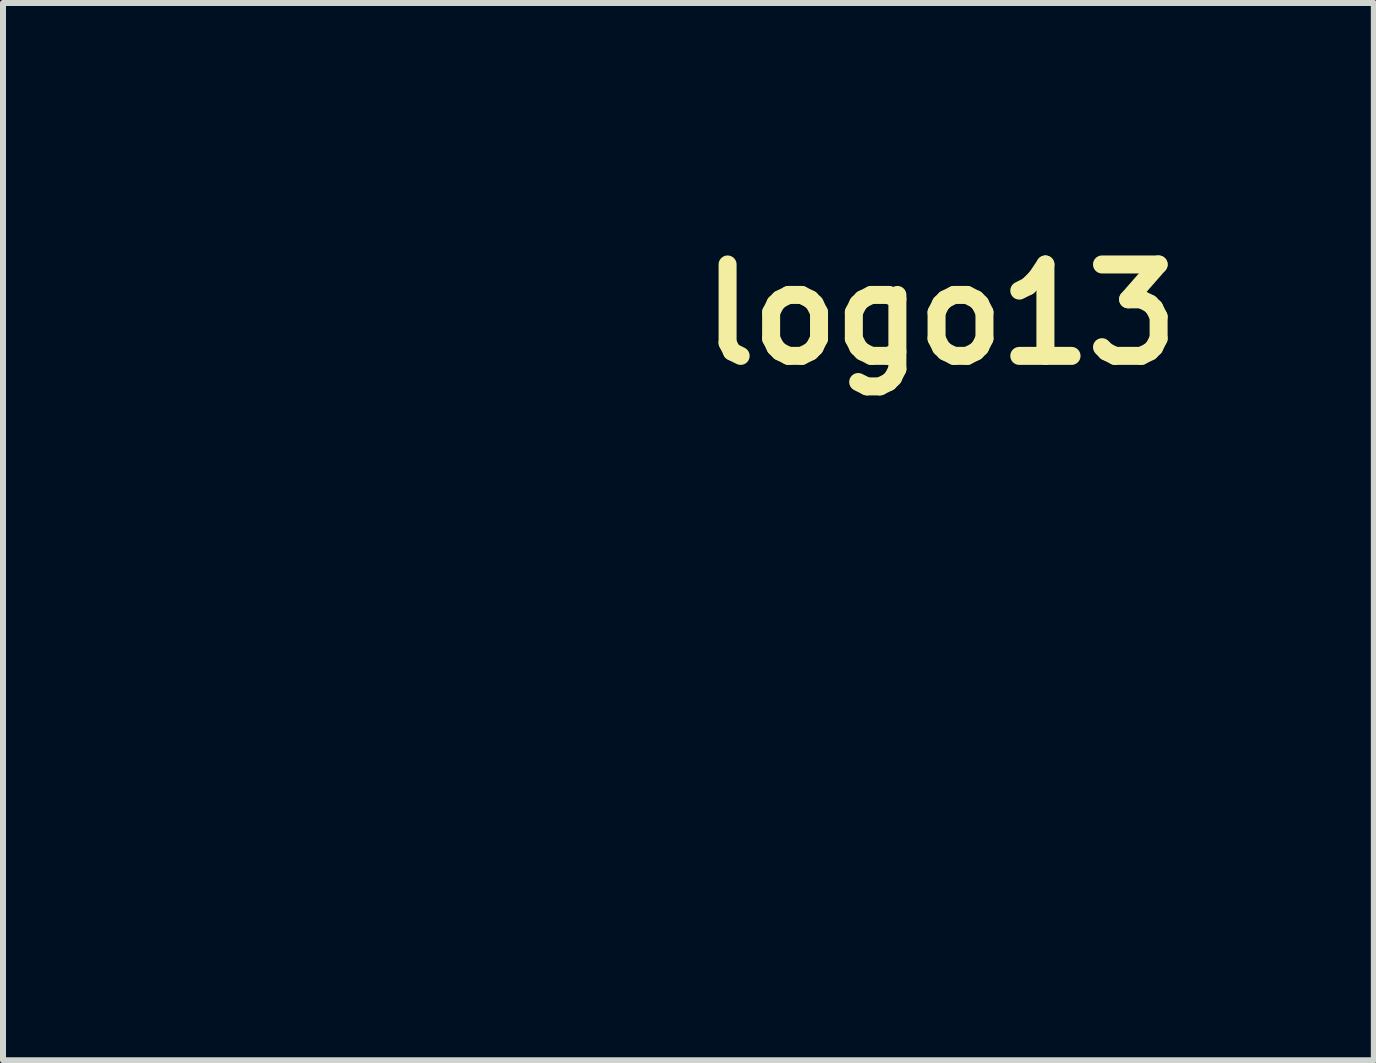
<source format=kicad_pcb>
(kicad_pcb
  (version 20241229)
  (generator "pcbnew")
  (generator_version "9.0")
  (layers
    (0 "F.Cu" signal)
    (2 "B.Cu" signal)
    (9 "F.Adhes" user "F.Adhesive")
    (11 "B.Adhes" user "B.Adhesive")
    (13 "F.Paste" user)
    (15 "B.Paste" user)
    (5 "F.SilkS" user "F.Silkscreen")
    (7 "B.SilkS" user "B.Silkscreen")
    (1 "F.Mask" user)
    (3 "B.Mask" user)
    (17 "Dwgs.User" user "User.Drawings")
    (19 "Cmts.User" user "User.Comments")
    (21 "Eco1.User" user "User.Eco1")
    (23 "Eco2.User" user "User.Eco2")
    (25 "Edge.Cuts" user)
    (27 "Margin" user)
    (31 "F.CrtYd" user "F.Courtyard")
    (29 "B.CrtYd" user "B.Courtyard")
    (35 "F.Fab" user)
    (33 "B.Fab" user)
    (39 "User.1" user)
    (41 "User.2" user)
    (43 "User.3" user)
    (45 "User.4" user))
  (footprint "logo13"
    (layer "F.Cu")
    (at 5.034 5.268)
    (property "Reference" "logo13" (at 7.6 -3.075 0) (layer "F.SilkS") (effects (font (size 1.524 1.524) (thickness 0.3))))
    (attr board_only exclude_from_pos_files exclude_from_bom)
    (fp_poly (pts (xy -3.048 -2.357) (xy -3.075 -2.279) (xy -3.141 -2.209) (xy -3.22 -2.167) (xy -3.287 -2.17) (xy -3.298 -2.178) (xy -3.32 -2.234) (xy -3.278 -2.266) (xy -3.264 -2.266) (xy -3.198 -2.293) (xy -3.128 -2.352) (xy -3.072 -2.409) (xy -3.051 -2.41)) (stroke (width 0) (type solid)) (fill yes) (layer "F.Mask"))
    (fp_poly (pts (xy -1.711 -2.396) (xy -1.631 -2.357) (xy -1.539 -2.299) (xy -1.457 -2.239) (xy -1.41 -2.192) (xy -1.407 -2.181) (xy -1.437 -2.152) (xy -1.516 -2.164) (xy -1.598 -2.199) (xy -1.683 -2.259) (xy -1.743 -2.33) (xy -1.76 -2.389) (xy -1.753 -2.403)) (stroke (width 0) (type solid)) (fill yes) (layer "F.Mask"))
    (fp_poly (pts (xy -1.404 -1.896) (xy -1.425 -1.848) (xy -1.493 -1.786) (xy -1.541 -1.755) (xy -1.633 -1.683) (xy -1.649 -1.622) (xy -1.587 -1.567) (xy -1.488 -1.529) (xy -1.381 -1.488) (xy -1.304 -1.44) (xy -1.267 -1.398) (xy -1.283 -1.372) (xy -1.314 -1.368) (xy -1.387 -1.385) (xy -1.503 -1.426) (xy -1.612 -1.472) (xy -1.729 -1.533) (xy -1.81 -1.591) (xy -1.837 -1.628) (xy -1.806 -1.673) (xy -1.731 -1.739) (xy -1.632 -1.812) (xy -1.533 -1.875) (xy -1.457 -1.911) (xy -1.438 -1.915)) (stroke (width 0) (type solid)) (fill yes) (layer "F.Mask"))
    (fp_poly (pts (xy -0.937 -1.451) (xy -0.845 -1.365) (xy -0.789 -1.255) (xy -0.782 -1.201) (xy -0.815 -1.093) (xy -0.899 -1.018) (xy -1.013 -0.982) (xy -1.135 -0.992) (xy -1.242 -1.055) (xy -1.249 -1.062) (xy -1.316 -1.151) (xy -1.33 -1.206) (xy -1.295 -1.217) (xy -1.215 -1.175) (xy -1.087 -1.106) (xy -0.985 -1.096) (xy -0.922 -1.139) (xy -0.908 -1.233) (xy -0.916 -1.273) (xy -0.969 -1.358) (xy -1.055 -1.393) (xy -1.135 -1.424) (xy -1.142 -1.46) (xy -1.079 -1.483) (xy -1.04 -1.485)) (stroke (width 0) (type solid)) (fill yes) (layer "F.Mask"))
    (fp_poly (pts (xy -1.937 -1.072) (xy -1.809 -1.002) (xy -1.704 -0.871) (xy -1.633 -0.697) (xy -1.603 -0.494) (xy -1.602 -0.468) (xy -1.611 -0.379) (xy -1.647 -0.3) (xy -1.724 -0.211) (xy -1.791 -0.147) (xy -1.927 -0.037) (xy -2.055 0.038) (xy -2.113 0.057) (xy -2.222 0.079) (xy -2.303 0.095) (xy -2.306 0.096) (xy -2.375 0.096) (xy -2.491 0.085) (xy -2.579 0.072) (xy -2.842 0.005) (xy -3.053 -0.098) (xy -2.832 -0.098) (xy -2.696 -0.074) (xy -2.533 -0.053) (xy -2.373 -0.046) (xy -2.239 -0.052) (xy -2.157 -0.073) (xy -2.154 -0.074) (xy -2.137 -0.115) (xy -2.181 -0.163) (xy -2.27 -0.21) (xy -2.388 -0.246) (xy -2.451 -0.256) (xy -2.582 -0.256) (xy -2.688 -0.209) (xy -2.719 -0.186) (xy -2.832 -0.098) (xy -3.053 -0.098) (xy -3.06 -0.101) (xy -3.224 -0.238) (xy -3.324 -0.401) (xy -3.349 -0.499) (xy -3.348 -0.583) (xy -3.19 -0.583) (xy -3.137 -0.424) (xy -3.016 -0.264) (xy -2.932 -0.183) (xy -2.879 -0.163) (xy -2.845 -0.202) (xy -2.833 -0.233) (xy -2.786 -0.312) (xy -2.708 -0.39) (xy -2.582 -0.451) (xy -2.432 -0.468) (xy -2.282 -0.445) (xy -2.152 -0.387) (xy -2.066 -0.298) (xy -2.048 -0.253) (xy -2.024 -0.181) (xy -2.005 -0.156) (xy -1.958 -0.187) (xy -1.887 -0.267) (xy -1.823 -0.357) (xy -1.782 -0.469) (xy -1.785 -0.594) (xy -1.823 -0.718) (xy -1.887 -0.829) (xy -1.967 -0.912) (xy -2.055 -0.953) (xy -2.141 -0.94) (xy -2.188 -0.901) (xy -2.257 -0.852) (xy -2.351 -0.818) (xy -2.437 -0.806) (xy -2.476 -0.819) (xy -2.542 -0.849) (xy -2.628 -0.86) (xy -2.744 -0.878) (xy -2.858 -0.921) (xy -2.941 -0.958) (xy -2.997 -0.95) (xy -3.062 -0.889) (xy -3.067 -0.884) (xy -3.166 -0.735) (xy -3.19 -0.583) (xy -3.348 -0.583) (xy -3.347 -0.707) (xy -3.282 -0.873) (xy -3.155 -0.993) (xy -3.135 -1.004) (xy -3.047 -1.049) (xy -2.98 -1.064) (xy -2.902 -1.05) (xy -2.794 -1.012) (xy -2.638 -0.962) (xy -2.518 -0.944) (xy -2.399 -0.961) (xy -2.247 -1.012) (xy -2.236 -1.016) (xy -2.098 -1.058) (xy -1.981 -1.075)) (stroke (width 0) (type solid)) (fill yes) (layer "F.Mask"))
    (fp_poly (pts (xy 0.275 1.194) (xy 0.286 1.288) (xy 0.297 1.425) (xy 0.304 1.6) (xy 0.308 1.783) (xy 0.301 2.094) (xy 0.277 2.392) (xy 0.237 2.665) (xy 0.184 2.901) (xy 0.12 3.089) (xy 0.049 3.218) (xy 0.001 3.263) (xy -0.038 3.327) (xy -0.036 3.43) (xy 0.000332 3.546) (xy 0.064 3.651) (xy 0.114 3.7) (xy 0.262 3.764) (xy 0.434 3.77) (xy 0.605 3.721) (xy 0.755 3.622) (xy 0.807 3.564) (xy 0.909 3.41) (xy 1.013 3.218) (xy 1.112 3.008) (xy 1.196 2.799) (xy 1.257 2.61) (xy 1.288 2.462) (xy 1.29 2.428) (xy 1.302 2.335) (xy 1.325 2.284) (xy 1.348 2.23) (xy 1.366 2.158) (xy 1.524 2.158) (xy 1.632 2.131) (xy 1.734 2.091) (xy 1.798 2.047) (xy 1.827 2.004) (xy 1.814 1.96) (xy 1.75 1.893) (xy 1.725 1.871) (xy 1.645 1.803) (xy 1.593 1.767) (xy 1.584 1.765) (xy 1.574 1.808) (xy 1.558 1.903) (xy 1.549 1.968) (xy 1.524 2.158) (xy 1.366 2.158) (xy 1.375 2.12) (xy 1.402 1.975) (xy 1.409 1.934) (xy 1.439 1.754) (xy 1.474 1.575) (xy 1.505 1.433) (xy 1.506 1.426) (xy 1.556 1.231) (xy 1.56 1.432) (xy 1.566 1.553) (xy 1.588 1.622) (xy 1.64 1.667) (xy 1.691 1.693) (xy 1.841 1.786) (xy 1.942 1.893) (xy 1.983 2.001) (xy 1.979 2.043) (xy 1.943 2.108) (xy 1.862 2.171) (xy 1.725 2.238) (xy 1.557 2.303) (xy 1.49 2.341) (xy 1.441 2.414) (xy 1.396 2.54) (xy 1.388 2.567) (xy 1.344 2.695) (xy 1.274 2.869) (xy 1.189 3.063) (xy 1.113 3.224) (xy 1.017 3.416) (xy 0.941 3.551) (xy 0.873 3.644) (xy 0.805 3.712) (xy 0.737 3.761) (xy 0.532 3.85) (xy 0.317 3.862) (xy 0.126 3.81) (xy 0.009 3.72) (xy -0.07 3.584) (xy -0.104 3.424) (xy -0.091 3.265) (xy -0.024 3.131) (xy -0.017 3.124) (xy 0.025 3.041) (xy 0.069 2.892) (xy 0.111 2.691) (xy 0.151 2.451) (xy 0.185 2.185) (xy 0.213 1.905) (xy 0.231 1.625) (xy 0.239 1.393) (xy 0.244 1.243) (xy 0.252 1.165) (xy 0.263 1.151)) (stroke (width 0) (type solid)) (fill yes) (layer "F.Mask"))
    (fp_poly (pts (xy -0.947 -5.247) (xy -0.882 -5.159) (xy -0.813 -5.001) (xy -0.737 -4.769) (xy -0.727 -4.732) (xy -0.643 -4.438) (xy -0.391 -4.348) (xy -0.23 -4.287) (xy -0.07 -4.221) (xy 0.029 -4.177) (xy 0.198 -4.095) (xy 0.344 -4.191) (xy 0.512 -4.295) (xy 0.663 -4.375) (xy 0.783 -4.423) (xy 0.857 -4.435) (xy 0.866 -4.431) (xy 0.883 -4.411) (xy 0.892 -4.369) (xy 0.892 -4.292) (xy 0.882 -4.171) (xy 0.863 -3.994) (xy 0.839 -3.79) (xy 0.832 -3.697) (xy 0.842 -3.626) (xy 0.882 -3.555) (xy 0.96 -3.462) (xy 1.017 -3.4) (xy 1.147 -3.248) (xy 1.284 -3.072) (xy 1.38 -2.938) (xy 1.544 -2.691) (xy 1.858 -2.717) (xy 2.048 -2.728) (xy 2.17 -2.716) (xy 2.233 -2.675) (xy 2.247 -2.597) (xy 2.221 -2.472) (xy 2.204 -2.416) (xy 2.152 -2.278) (xy 2.094 -2.154) (xy 2.065 -2.104) (xy 2.011 -2.004) (xy 1.998 -1.903) (xy 2.027 -1.777) (xy 2.086 -1.633) (xy 2.141 -1.5) (xy 2.185 -1.382) (xy 2.201 -1.329) (xy 2.245 -1.207) (xy 2.32 -1.126) (xy 2.443 -1.072) (xy 2.582 -1.04) (xy 2.833 -0.994) (xy 2.828 -0.847) (xy 2.806 -0.727) (xy 2.756 -0.583) (xy 2.718 -0.505) (xy 2.659 -0.388) (xy 2.635 -0.305) (xy 2.642 -0.227) (xy 2.66 -0.165) (xy 2.71 -0.032) (xy 2.774 0.11) (xy 2.787 0.137) (xy 2.844 0.276) (xy 2.885 0.422) (xy 2.889 0.449) (xy 2.911 0.606) (xy 3.251 0.617) (xy 3.417 0.624) (xy 3.521 0.636) (xy 3.58 0.656) (xy 3.608 0.688) (xy 3.615 0.705) (xy 3.618 0.828) (xy 3.567 0.98) (xy 3.469 1.142) (xy 3.39 1.236) (xy 3.235 1.405) (xy 3.295 1.572) (xy 3.345 1.707) (xy 3.406 1.868) (xy 3.439 1.954) (xy 3.5 2.113) (xy 3.56 2.279) (xy 3.586 2.353) (xy 3.648 2.538) (xy 3.998 2.529) (xy 4.2 2.529) (xy 4.329 2.544) (xy 4.39 2.584) (xy 4.387 2.657) (xy 4.326 2.772) (xy 4.222 2.921) (xy 4.117 3.073) (xy 4.058 3.18) (xy 4.04 3.253) (xy 4.044 3.282) (xy 4.098 3.412) (xy 4.179 3.563) (xy 4.278 3.72) (xy 4.382 3.867) (xy 4.482 3.991) (xy 4.567 4.074) (xy 4.624 4.103) (xy 4.671 4.084) (xy 4.768 4.033) (xy 4.896 3.959) (xy 4.953 3.925) (xy 5.122 3.827) (xy 5.239 3.774) (xy 5.309 3.774) (xy 5.341 3.832) (xy 5.339 3.953) (xy 5.312 4.142) (xy 5.298 4.22) (xy 5.276 4.363) (xy 5.265 4.475) (xy 5.268 4.534) (xy 5.27 4.537) (xy 5.348 4.584) (xy 5.482 4.637) (xy 5.65 4.69) (xy 5.83 4.736) (xy 6.001 4.769) (xy 6.124 4.783) (xy 6.296 4.795) (xy 6.405 4.814) (xy 6.463 4.845) (xy 6.485 4.894) (xy 6.487 4.926) (xy 6.463 4.99) (xy 6.403 5.083) (xy 6.324 5.182) (xy 6.245 5.266) (xy 6.184 5.311) (xy 6.172 5.314) (xy 6.123 5.335) (xy 6.034 5.387) (xy 5.962 5.434) (xy 5.727 5.574) (xy 5.445 5.714) (xy 5.142 5.843) (xy 4.846 5.948) (xy 4.584 6.019) (xy 4.576 6.021) (xy 4.273 6.079) (xy 3.997 6.121) (xy 3.732 6.147) (xy 3.46 6.158) (xy 3.167 6.153) (xy 2.837 6.135) (xy 2.453 6.102) (xy 2.247 6.082) (xy 1.883 6.046) (xy 1.589 6.018) (xy 1.359 5.998) (xy 1.184 5.987) (xy 1.058 5.983) (xy 0.973 5.986) (xy 0.922 5.997) (xy 0.898 6.014) (xy 0.893 6.028) (xy 0.88 6.105) (xy 0.878 6.116) (xy 0.865 6.192) (xy 0.864 6.197) (xy 0.819 6.258) (xy 0.698 6.304) (xy 0.504 6.336) (xy 0.237 6.353) (xy 0.215 6.354) (xy 0.024 6.356) (xy -0.152 6.35) (xy -0.289 6.339) (xy -0.352 6.328) (xy -0.457 6.309) (xy -0.61 6.293) (xy -0.781 6.282) (xy -0.81 6.281) (xy -0.987 6.272) (xy -1.103 6.253) (xy -1.176 6.222) (xy -1.2 6.202) (xy -1.234 6.162) (xy -1.236 6.123) (xy -1.218 6.099) (xy -1.034 6.099) (xy -0.985 6.124) (xy -0.9 6.134) (xy -0.811 6.129) (xy -0.752 6.109) (xy -0.742 6.093) (xy -0.759 6.033) (xy -0.796 5.947) (xy -0.835 5.877) (xy -0.841 5.869) (xy -0.874 5.88) (xy -0.93 5.932) (xy -0.988 6.003) (xy -1.028 6.067) (xy -1.034 6.099) (xy -1.218 6.099) (xy -1.198 6.07) (xy -1.112 5.984) (xy -1.084 5.958) (xy -0.989 5.863) (xy -0.922 5.785) (xy -0.899 5.744) (xy -0.935 5.724) (xy -1.029 5.71) (xy -1.153 5.705) (xy -1.288 5.704) (xy -1.391 5.7) (xy -1.436 5.695) (xy -1.462 5.721) (xy -1.476 5.783) (xy -1.495 5.918) (xy -1.525 6.001) (xy -1.584 6.051) (xy -1.692 6.087) (xy -1.787 6.11) (xy -1.99 6.155) (xy -2.138 6.183) (xy -2.25 6.194) (xy -2.346 6.189) (xy -2.448 6.17) (xy -2.52 6.151) (xy -2.696 6.11) (xy -2.894 6.071) (xy -3.009 6.051) (xy -3.234 6.014) (xy -3.391 5.98) (xy -3.49 5.944) (xy -3.542 5.904) (xy -3.556 5.859) (xy -3.529 5.788) (xy -3.514 5.769) (xy -3.389 5.769) (xy -3.388 5.83) (xy -3.319 5.86) (xy -3.282 5.862) (xy -3.195 5.848) (xy -3.166 5.8) (xy -3.166 5.793) (xy -3.187 5.699) (xy -3.203 5.668) (xy -3.237 5.634) (xy -3.285 5.654) (xy -3.319 5.684) (xy -3.389 5.769) (xy -3.514 5.769) (xy -3.459 5.696) (xy -3.409 5.646) (xy -3.262 5.511) (xy -3.27 4.817) (xy -3.274 4.628) (xy -3.158 4.628) (xy -3.156 4.772) (xy -3.148 4.946) (xy -3.133 5.134) (xy -3.113 5.321) (xy -3.088 5.49) (xy -3.071 5.583) (xy -3.033 5.723) (xy -2.989 5.838) (xy -2.953 5.895) (xy -2.88 5.937) (xy -2.754 5.979) (xy -2.598 6.018) (xy -2.438 6.044) (xy -2.356 6.052) (xy -2.276 6.049) (xy -2.145 6.036) (xy -1.992 6.016) (xy -1.981 6.014) (xy -1.835 5.99) (xy -1.719 5.966) (xy -1.654 5.947) (xy -1.651 5.945) (xy -1.617 5.893) (xy -1.587 5.797) (xy -1.583 5.778) (xy -1.556 5.636) (xy -1.823 5.549) (xy -2.184 5.394) (xy -2.512 5.181) (xy -2.793 4.918) (xy -2.976 4.679) (xy -3.048 4.578) (xy -3.108 4.511) (xy -3.135 4.494) (xy -3.151 4.53) (xy -3.158 4.628) (xy -3.274 4.628) (xy -3.276 4.516) (xy -3.287 4.284) (xy -3.303 4.113) (xy -3.325 3.994) (xy -3.336 3.96) (xy -3.417 3.672) (xy -3.477 3.327) (xy -3.515 2.947) (xy -3.529 2.551) (xy -3.517 2.158) (xy -3.504 1.997) (xy -3.49 1.838) (xy -3.487 1.742) (xy -3.496 1.697) (xy -3.519 1.689) (xy -3.531 1.692) (xy -3.598 1.688) (xy -3.702 1.652) (xy -3.775 1.618) (xy -3.959 1.52) (xy -4.146 1.6) (xy -4.292 1.649) (xy -4.444 1.677) (xy -4.497 1.68) (xy -4.661 1.68) (xy -4.638 1.487) (xy -4.636 1.477) (xy -4.481 1.477) (xy -4.468 1.516) (xy -4.422 1.517) (xy -4.334 1.491) (xy -4.293 1.479) (xy -4.199 1.444) (xy -4.146 1.414) (xy -4.142 1.407) (xy -4.169 1.367) (xy -4.236 1.296) (xy -4.278 1.257) (xy -4.414 1.133) (xy -4.434 1.231) (xy -4.467 1.386) (xy -4.481 1.477) (xy -4.636 1.477) (xy -4.612 1.346) (xy -4.573 1.218) (xy -4.557 1.18) (xy -4.524 1.108) (xy -4.528 1.055) (xy -4.575 0.993) (xy -4.629 0.94) (xy -4.796 0.729) (xy -4.919 0.472) (xy -4.998 0.183) (xy -5.028 -0.075) (xy -4.88 -0.075) (xy -4.88 0.075) (xy -4.869 0.19) (xy -4.846 0.29) (xy -4.809 0.398) (xy -4.807 0.402) (xy -4.692 0.635) (xy -4.526 0.874) (xy -4.33 1.096) (xy -4.124 1.276) (xy -4.028 1.34) (xy -3.905 1.411) (xy -3.808 1.463) (xy -3.756 1.485) (xy -3.755 1.485) (xy -3.702 1.501) (xy -3.614 1.54) (xy -3.598 1.548) (xy -3.507 1.581) (xy -3.446 1.581) (xy -3.44 1.577) (xy -3.417 1.525) (xy -3.384 1.418) (xy -3.347 1.277) (xy -3.341 1.25) (xy -3.3 1.094) (xy -3.258 0.957) (xy -3.223 0.865) (xy -3.22 0.86) (xy -3.183 0.795) (xy -3.169 0.797) (xy -3.167 0.847) (xy -3.18 0.95) (xy -3.204 1.034) (xy -3.252 1.204) (xy -3.293 1.434) (xy -3.327 1.709) (xy -3.353 2.011) (xy -3.37 2.324) (xy -3.377 2.63) (xy -3.372 2.912) (xy -3.356 3.155) (xy -3.33 3.325) (xy -3.301 3.461) (xy -3.261 3.642) (xy -3.218 3.836) (xy -3.203 3.908) (xy -3.148 4.112) (xy -3.083 4.294) (xy -3.012 4.441) (xy -2.943 4.538) (xy -2.884 4.572) (xy -2.847 4.604) (xy -2.802 4.684) (xy -2.794 4.703) (xy -2.717 4.826) (xy -2.589 4.966) (xy -2.429 5.109) (xy -2.256 5.236) (xy -2.097 5.326) (xy -1.701 5.475) (xy -1.305 5.547) (xy -1.08 5.553) (xy -0.983 5.545) (xy -0.945 5.521) (xy -0.948 5.466) (xy -0.949 5.461) (xy -1.002 5.229) (xy -1.051 4.998) (xy -1.095 4.782) (xy -1.13 4.596) (xy -1.154 4.452) (xy -1.165 4.364) (xy -1.165 4.347) (xy -1.151 4.361) (xy -1.123 4.439) (xy -1.083 4.57) (xy -1.035 4.742) (xy -1.012 4.83) (xy -0.916 5.189) (xy -0.827 5.501) (xy -0.748 5.759) (xy -0.68 5.957) (xy -0.626 6.09) (xy -0.594 6.143) (xy -0.507 6.193) (xy -0.351 6.223) (xy -0.318 6.226) (xy -0.149 6.233) (xy 0.043 6.233) (xy 0.24 6.225) (xy 0.421 6.213) (xy 0.567 6.196) (xy 0.659 6.176) (xy 0.67 6.171) (xy 0.697 6.156) (xy 0.719 6.138) (xy 0.737 6.105) (xy 0.756 6.046) (xy 0.779 5.951) (xy 0.808 5.808) (xy 0.847 5.607) (xy 0.88 5.432) (xy 0.937 5.14) (xy 0.987 4.9) (xy 1.029 4.716) (xy 1.061 4.594) (xy 1.082 4.538) (xy 1.091 4.554) (xy 1.091 4.555) (xy 1.086 4.632) (xy 1.071 4.767) (xy 1.048 4.94) (xy 1.02 5.131) (xy 0.99 5.322) (xy 0.96 5.492) (xy 0.934 5.622) (xy 0.934 5.624) (xy 0.91 5.759) (xy 0.918 5.841) (xy 0.972 5.883) (xy 1.083 5.896) (xy 1.201 5.894) (xy 1.373 5.897) (xy 1.58 5.91) (xy 1.78 5.931) (xy 1.798 5.933) (xy 2.015 5.957) (xy 2.286 5.977) (xy 2.592 5.992) (xy 2.915 6.003) (xy 3.237 6.008) (xy 3.541 6.008) (xy 3.807 6.001) (xy 4.02 5.989) (xy 4.069 5.984) (xy 4.29 5.949) (xy 4.535 5.897) (xy 4.757 5.838) (xy 4.798 5.825) (xy 5.028 5.742) (xy 5.271 5.64) (xy 5.509 5.528) (xy 5.724 5.415) (xy 5.896 5.311) (xy 5.986 5.243) (xy 6.103 5.152) (xy 6.224 5.07) (xy 6.243 5.059) (xy 6.325 5.005) (xy 6.368 4.965) (xy 6.37 4.96) (xy 6.333 4.947) (xy 6.236 4.933) (xy 6.094 4.921) (xy 5.998 4.915) (xy 5.78 4.897) (xy 5.63 4.87) (xy 5.558 4.839) (xy 5.472 4.782) (xy 5.376 4.733) (xy 5.283 4.706) (xy 5.199 4.721) (xy 5.138 4.751) (xy 4.98 4.798) (xy 4.823 4.78) (xy 4.685 4.709) (xy 4.583 4.593) (xy 4.535 4.444) (xy 4.533 4.408) (xy 4.524 4.315) (xy 4.651 4.315) (xy 4.678 4.481) (xy 4.759 4.59) (xy 4.893 4.643) (xy 4.95 4.648) (xy 5.001 4.638) (xy 5.036 4.595) (xy 5.064 4.501) (xy 5.08 4.425) (xy 5.109 4.285) (xy 5.135 4.163) (xy 5.147 4.108) (xy 5.152 4.043) (xy 5.133 4.03) (xy 4.936 4.112) (xy 4.801 4.174) (xy 4.716 4.22) (xy 4.67 4.258) (xy 4.652 4.294) (xy 4.651 4.315) (xy 4.524 4.315) (xy 4.523 4.311) (xy 4.486 4.222) (xy 4.411 4.115) (xy 4.35 4.042) (xy 4.228 3.889) (xy 4.104 3.712) (xy 4.027 3.591) (xy 3.942 3.456) (xy 3.865 3.369) (xy 3.771 3.307) (xy 3.676 3.264) (xy 3.511 3.181) (xy 3.412 3.095) (xy 3.367 2.993) (xy 3.361 2.925) (xy 3.373 2.827) (xy 3.478 2.827) (xy 3.506 2.972) (xy 3.58 3.083) (xy 3.683 3.138) (xy 3.76 3.153) (xy 3.79 3.159) (xy 3.836 3.145) (xy 3.852 3.135) (xy 3.902 3.084) (xy 3.969 2.995) (xy 4.038 2.891) (xy 4.096 2.793) (xy 4.127 2.724) (xy 4.129 2.706) (xy 4.084 2.694) (xy 3.981 2.688) (xy 3.84 2.688) (xy 3.794 2.69) (xy 3.478 2.702) (xy 3.478 2.827) (xy 3.373 2.827) (xy 3.374 2.819) (xy 3.408 2.715) (xy 3.451 2.64) (xy 3.484 2.618) (xy 3.512 2.597) (xy 3.508 2.528) (xy 3.469 2.404) (xy 3.404 2.241) (xy 3.331 2.058) (xy 3.255 1.856) (xy 3.204 1.712) (xy 3.154 1.571) (xy 3.108 1.485) (xy 3.053 1.432) (xy 2.972 1.393) (xy 2.967 1.391) (xy 2.819 1.307) (xy 2.733 1.194) (xy 2.702 1.037) (xy 2.708 0.914) (xy 2.709 0.907) (xy 2.821 0.907) (xy 2.834 1.076) (xy 2.901 1.197) (xy 2.982 1.25) (xy 3.071 1.281) (xy 3.125 1.276) (xy 3.181 1.229) (xy 3.183 1.228) (xy 3.283 1.115) (xy 3.369 0.997) (xy 3.425 0.896) (xy 3.439 0.846) (xy 3.436 0.818) (xy 3.419 0.799) (xy 3.374 0.786) (xy 3.289 0.778) (xy 3.151 0.772) (xy 2.97 0.766) (xy 2.879 0.769) (xy 2.838 0.801) (xy 2.823 0.885) (xy 2.821 0.907) (xy 2.709 0.907) (xy 2.729 0.784) (xy 2.757 0.68) (xy 2.777 0.642) (xy 2.794 0.598) (xy 2.787 0.526) (xy 2.752 0.411) (xy 2.697 0.264) (xy 2.616 0.063) (xy 2.553 -0.075) (xy 2.499 -0.163) (xy 2.446 -0.211) (xy 2.384 -0.231) (xy 2.322 -0.234) (xy 2.176 -0.267) (xy 2.085 -0.334) (xy 2.023 -0.407) (xy 2.001 -0.48) (xy 2.008 -0.588) (xy 2.012 -0.614) (xy 2.012 -0.615) (xy 2.149 -0.615) (xy 2.155 -0.488) (xy 2.181 -0.421) (xy 2.244 -0.395) (xy 2.33 -0.391) (xy 2.415 -0.401) (xy 2.478 -0.443) (xy 2.543 -0.536) (xy 2.558 -0.56) (xy 2.633 -0.699) (xy 2.657 -0.791) (xy 2.623 -0.85) (xy 2.525 -0.89) (xy 2.377 -0.92) (xy 2.266 -0.922) (xy 2.195 -0.874) (xy 2.159 -0.768) (xy 2.149 -0.615) (xy 2.012 -0.615) (xy 2.045 -0.764) (xy 2.091 -0.876) (xy 2.142 -0.934) (xy 2.159 -0.938) (xy 2.179 -0.945) (xy 2.184 -0.975) (xy 2.169 -1.039) (xy 2.133 -1.147) (xy 2.071 -1.311) (xy 2.029 -1.42) (xy 1.959 -1.598) (xy 1.908 -1.716) (xy 1.867 -1.788) (xy 1.825 -1.827) (xy 1.774 -1.846) (xy 1.722 -1.856) (xy 1.562 -1.912) (xy 1.418 -2.013) (xy 1.311 -2.139) (xy 1.267 -2.248) (xy 1.265 -2.357) (xy 1.368 -2.357) (xy 1.395 -2.271) (xy 1.462 -2.171) (xy 1.551 -2.078) (xy 1.64 -2.015) (xy 1.705 -2) (xy 1.768 -2.036) (xy 1.849 -2.114) (xy 1.88 -2.149) (xy 1.966 -2.274) (xy 2.039 -2.408) (xy 2.05 -2.433) (xy 2.111 -2.579) (xy 1.763 -2.579) (xy 1.584 -2.576) (xy 1.469 -2.563) (xy 1.404 -2.531) (xy 1.375 -2.473) (xy 1.368 -2.381) (xy 1.368 -2.357) (xy 1.265 -2.357) (xy 1.264 -2.376) (xy 1.315 -2.505) (xy 1.326 -2.524) (xy 1.381 -2.646) (xy 1.379 -2.745) (xy 1.316 -2.851) (xy 1.28 -2.892) (xy 1.206 -2.978) (xy 1.109 -3.094) (xy 1.043 -3.175) (xy 0.955 -3.279) (xy 0.887 -3.334) (xy 0.811 -3.356) (xy 0.699 -3.361) (xy 0.699 -3.361) (xy 0.556 -3.373) (xy 0.426 -3.405) (xy 0.386 -3.422) (xy 0.274 -3.519) (xy 0.193 -3.667) (xy 0.157 -3.839) (xy 0.156 -3.866) (xy 0.148 -3.934) (xy 0.114 -3.989) (xy 0.112 -3.991) (xy 0.223 -3.991) (xy 0.236 -3.886) (xy 0.258 -3.817) (xy 0.341 -3.648) (xy 0.451 -3.546) (xy 0.568 -3.517) (xy 0.609 -3.525) (xy 0.637 -3.557) (xy 0.66 -3.63) (xy 0.682 -3.757) (xy 0.695 -3.856) (xy 0.715 -4.009) (xy 0.727 -4.13) (xy 0.73 -4.198) (xy 0.729 -4.208) (xy 0.69 -4.2) (xy 0.605 -4.165) (xy 0.556 -4.142) (xy 0.447 -4.094) (xy 0.364 -4.067) (xy 0.344 -4.063) (xy 0.258 -4.046) (xy 0.223 -3.991) (xy 0.112 -3.991) (xy 0.044 -4.04) (xy -0.074 -4.093) (xy -0.252 -4.158) (xy -0.32 -4.181) (xy -0.582 -4.268) (xy -0.686 -4.187) (xy -0.839 -4.1) (xy -1 -4.068) (xy -1.148 -4.087) (xy -1.264 -4.159) (xy -1.309 -4.221) (xy -1.347 -4.284) (xy -1.393 -4.319) (xy -1.469 -4.334) (xy -1.597 -4.338) (xy -1.619 -4.338) (xy -1.875 -4.317) (xy -2.126 -4.251) (xy -2.38 -4.136) (xy -2.647 -3.965) (xy -2.938 -3.735) (xy -3.126 -3.568) (xy -3.319 -3.373) (xy -3.458 -3.181) (xy -3.56 -2.967) (xy -3.633 -2.735) (xy -3.681 -2.533) (xy -3.704 -2.361) (xy -3.706 -2.178) (xy -3.7 -2.066) (xy -3.694 -1.864) (xy -3.703 -1.735) (xy -3.722 -1.686) (xy -3.738 -1.637) (xy -3.693 -1.565) (xy -3.676 -1.546) (xy -3.585 -1.45) (xy -3.433 -1.572) (xy -3.281 -1.694) (xy -3.384 -1.801) (xy -3.447 -1.881) (xy -3.473 -1.943) (xy -3.472 -1.951) (xy -3.439 -1.957) (xy -3.373 -1.921) (xy -3.295 -1.857) (xy -3.222 -1.784) (xy -3.174 -1.717) (xy -3.165 -1.687) (xy -3.198 -1.625) (xy -3.279 -1.548) (xy -3.387 -1.473) (xy -3.488 -1.424) (xy -3.53 -1.393) (xy -3.545 -1.33) (xy -3.537 -1.217) (xy -3.543 -0.996) (xy -3.611 -0.817) (xy -3.741 -0.684) (xy -3.751 -0.677) (xy -3.891 -0.588) (xy -3.974 -0.527) (xy -4.01 -0.479) (xy -4.005 -0.428) (xy -3.967 -0.357) (xy -3.935 -0.303) (xy -3.782 -0.105) (xy -3.581 0.063) (xy -3.419 0.152) (xy -3.266 0.199) (xy -3.05 0.24) (xy -2.787 0.274) (xy -2.493 0.299) (xy -2.183 0.315) (xy -1.873 0.321) (xy -1.577 0.317) (xy -1.313 0.301) (xy -1.114 0.275) (xy -0.974 0.254) (xy -0.857 0.241) (xy -0.801 0.239) (xy -0.766 0.248) (xy -0.798 0.266) (xy -0.885 0.293) (xy -1.019 0.323) (xy -1.187 0.357) (xy -1.379 0.39) (xy -1.545 0.414) (xy -1.757 0.443) (xy -1.916 0.459) (xy -2.047 0.463) (xy -2.176 0.456) (xy -2.327 0.437) (xy -2.455 0.417) (xy -2.636 0.39) (xy -2.797 0.368) (xy -2.916 0.354) (xy -2.964 0.351) (xy -3.042 0.34) (xy -3.172 0.31) (xy -3.328 0.266) (xy -3.386 0.249) (xy -3.664 0.136) (xy -3.878 -0.013) (xy -4.038 -0.206) (xy -4.111 -0.344) (xy -4.153 -0.453) (xy -4.156 -0.53) (xy -4.11 -0.592) (xy -4.006 -0.656) (xy -3.911 -0.702) (xy -3.74 -0.816) (xy -3.636 -0.961) (xy -3.6 -1.125) (xy -3.637 -1.295) (xy -3.747 -1.46) (xy -3.758 -1.472) (xy -3.884 -1.571) (xy -4.013 -1.603) (xy -4.155 -1.566) (xy -4.322 -1.46) (xy -4.324 -1.459) (xy -4.477 -1.335) (xy -4.585 -1.227) (xy -4.669 -1.108) (xy -4.75 -0.954) (xy -4.754 -0.946) (xy -4.8 -0.838) (xy -4.831 -0.728) (xy -4.852 -0.595) (xy -4.866 -0.417) (xy -4.873 -0.281) (xy -4.88 -0.075) (xy -5.028 -0.075) (xy -5.034 -0.122) (xy -5.025 -0.431) (xy -4.974 -0.728) (xy -4.879 -1) (xy -4.741 -1.233) (xy -4.593 -1.387) (xy -4.424 -1.509) (xy -4.25 -1.61) (xy -4.087 -1.681) (xy -3.957 -1.713) (xy -3.919 -1.713) (xy -3.839 -1.715) (xy -3.805 -1.761) (xy -3.798 -1.804) (xy -3.798 -1.903) (xy -3.811 -2.04) (xy -3.824 -2.116) (xy -3.843 -2.421) (xy -3.791 -2.727) (xy -3.666 -3.035) (xy -3.467 -3.347) (xy -3.193 -3.667) (xy -2.842 -3.995) (xy -2.817 -4.016) (xy -2.58 -4.201) (xy -2.365 -4.332) (xy -2.348 -4.339) (xy -1.248 -4.339) (xy -1.227 -4.27) (xy -1.19 -4.234) (xy -1.066 -4.186) (xy -0.923 -4.196) (xy -0.857 -4.222) (xy -0.796 -4.282) (xy -0.781 -4.329) (xy -0.793 -4.395) (xy -0.823 -4.505) (xy -0.865 -4.638) (xy -0.913 -4.774) (xy -0.958 -4.893) (xy -0.994 -4.975) (xy -1.013 -5) (xy -1.048 -4.965) (xy -1.097 -4.876) (xy -1.149 -4.755) (xy -1.197 -4.624) (xy -1.231 -4.504) (xy -1.24 -4.456) (xy -1.248 -4.339) (xy -2.348 -4.339) (xy -2.149 -4.418) (xy -1.91 -4.469) (xy -1.723 -4.489) (xy -1.395 -4.513) (xy -1.342 -4.689) (xy -1.285 -4.846) (xy -1.212 -5.001) (xy -1.134 -5.135) (xy -1.062 -5.23) (xy -1.008 -5.268)) (stroke (width 0) (type solid)) (fill yes) (layer "F.Mask")))
  (gr_rect
    (start -3 -3)
    (end 19.85 14.623)
    (stroke (width 0.1) (type default))
    (fill no)
    (layer "Edge.Cuts")))
</source>
